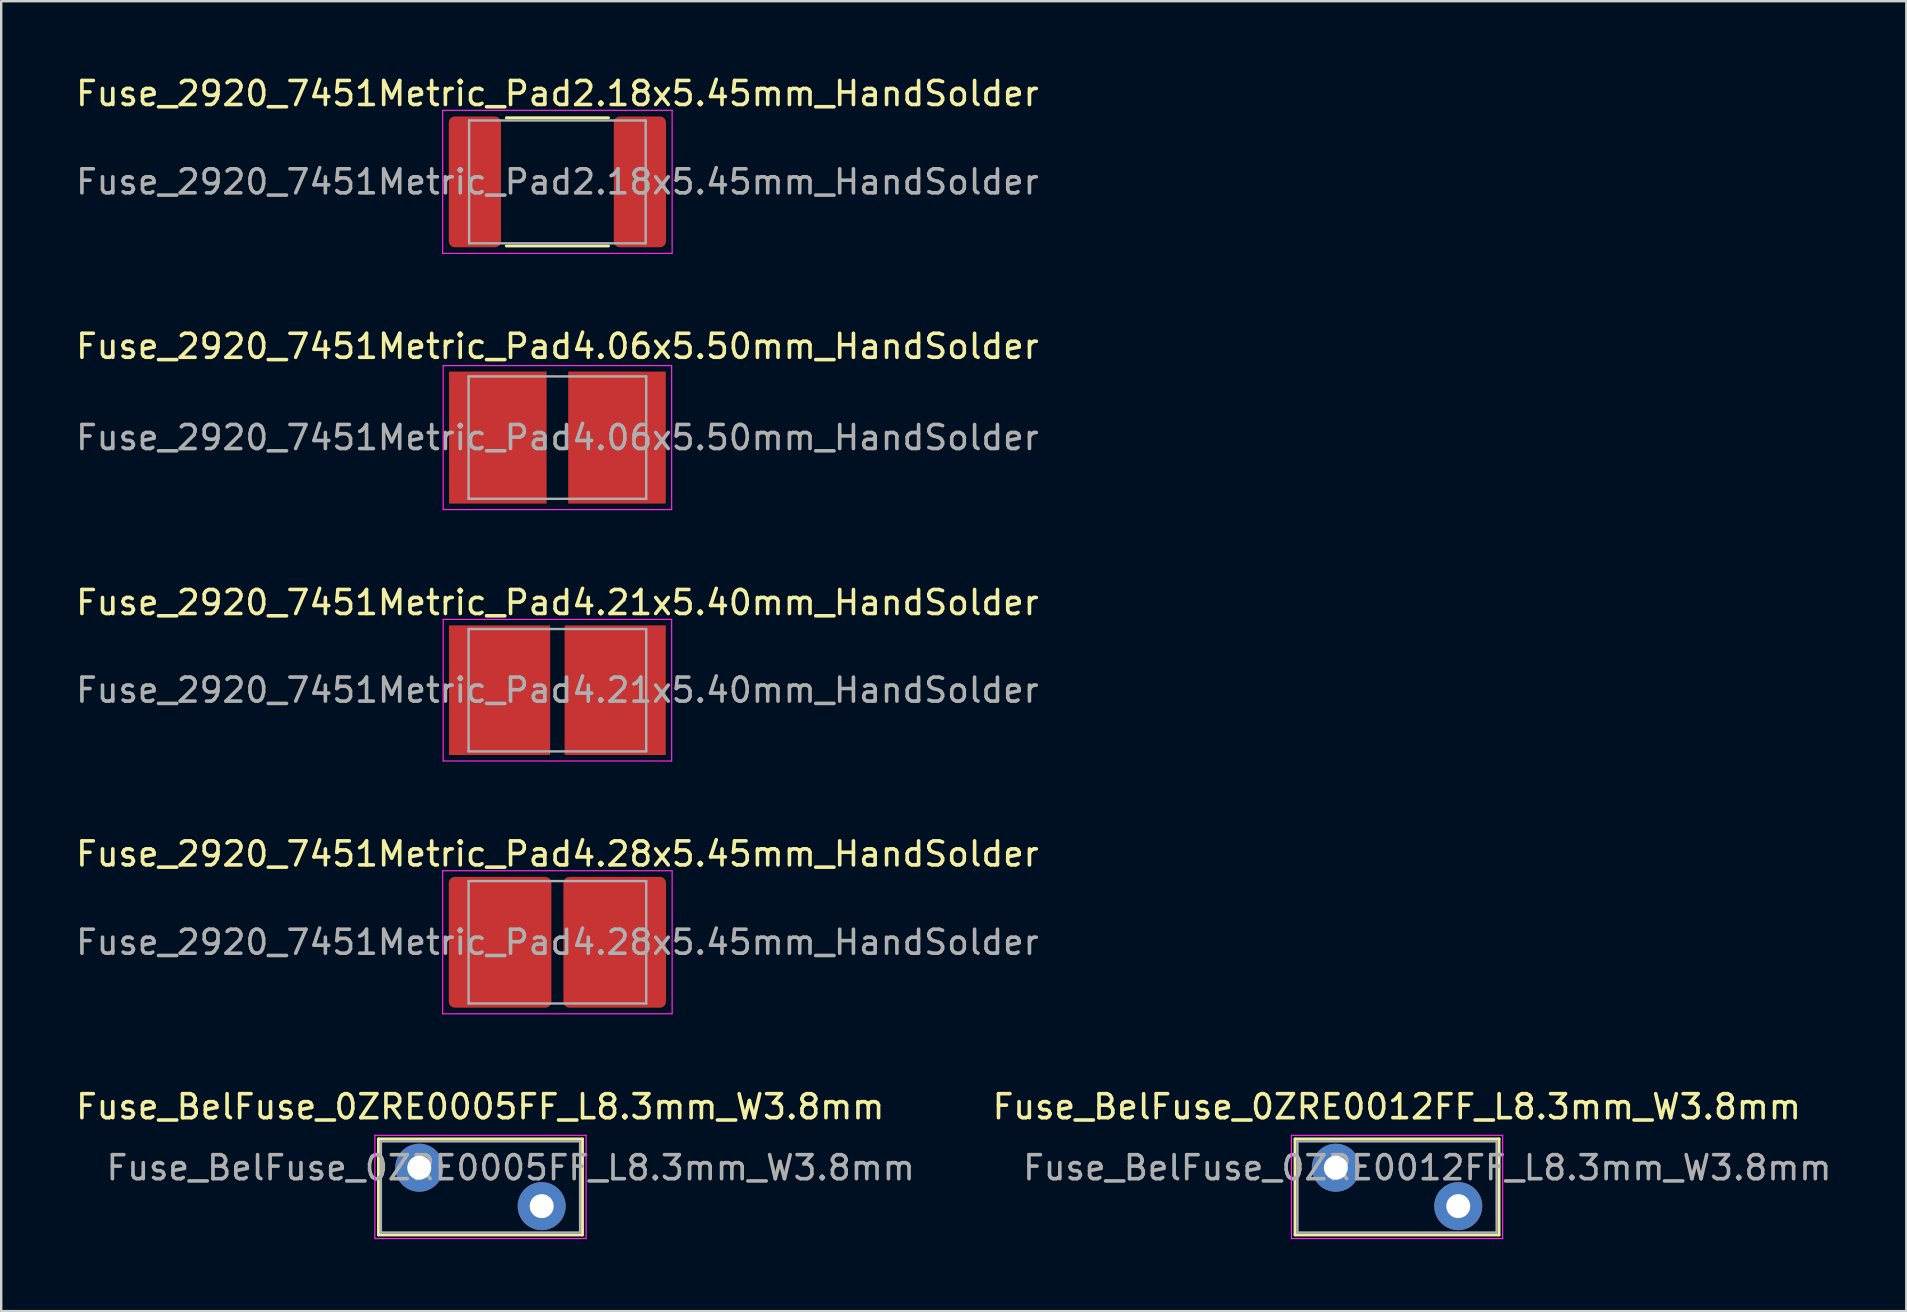
<source format=kicad_pcb>
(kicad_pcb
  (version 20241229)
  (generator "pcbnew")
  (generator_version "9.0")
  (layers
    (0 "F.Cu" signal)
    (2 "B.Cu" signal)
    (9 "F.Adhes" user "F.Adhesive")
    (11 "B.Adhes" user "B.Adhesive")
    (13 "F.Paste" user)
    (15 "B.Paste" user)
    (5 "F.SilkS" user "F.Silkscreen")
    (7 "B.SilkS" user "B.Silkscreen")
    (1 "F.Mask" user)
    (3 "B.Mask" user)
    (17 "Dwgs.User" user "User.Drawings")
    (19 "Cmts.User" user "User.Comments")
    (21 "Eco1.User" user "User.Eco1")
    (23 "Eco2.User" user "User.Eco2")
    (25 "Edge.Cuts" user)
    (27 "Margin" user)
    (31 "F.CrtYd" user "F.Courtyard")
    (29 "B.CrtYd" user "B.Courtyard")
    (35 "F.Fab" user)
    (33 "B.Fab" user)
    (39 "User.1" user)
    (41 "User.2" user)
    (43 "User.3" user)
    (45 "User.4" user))
  (footprint "Fuse_BelFuse_0ZRE0012FF_L8.3mm_W3.8mm"
    (layer "F.Cu")
    (at 52.605 45.601)
    (property "Reference" "Fuse_BelFuse_0ZRE0012FF_L8.3mm_W3.8mm" (at 2.54 -2.54 0) (layer "F.SilkS") (effects (font (size 1 1) (thickness 0.15))))
    (attr through_hole)
    (fp_line (start -1.7 -1.2) (end -1.7 2.8) (stroke (width 0.12) (type solid)) (layer "F.SilkS"))
    (fp_line (start -1.7 -1.2) (end 6.8 -1.2) (stroke (width 0.12) (type solid)) (layer "F.SilkS"))
    (fp_line (start -1.7 2.8) (end 6.8 2.8) (stroke (width 0.12) (type solid)) (layer "F.SilkS"))
    (fp_line (start 6.8 -1.2) (end 6.8 2.8) (stroke (width 0.12) (type solid)) (layer "F.SilkS"))
    (fp_line (start -1.85 -1.35) (end -1.85 2.95) (stroke (width 0.05) (type solid)) (layer "F.CrtYd"))
    (fp_line (start -1.85 -1.35) (end 6.95 -1.35) (stroke (width 0.05) (type solid)) (layer "F.CrtYd"))
    (fp_line (start -1.85 2.95) (end 6.95 2.95) (stroke (width 0.05) (type solid)) (layer "F.CrtYd"))
    (fp_line (start 6.95 -1.35) (end 6.95 2.95) (stroke (width 0.05) (type solid)) (layer "F.CrtYd"))
    (fp_line (start -1.6 -1.1) (end -1.6 2.7) (stroke (width 0.1) (type solid)) (layer "F.Fab"))
    (fp_line (start -1.6 -1.1) (end 6.7 -1.1) (stroke (width 0.1) (type solid)) (layer "F.Fab"))
    (fp_line (start -1.6 2.7) (end 6.7 2.7) (stroke (width 0.1) (type solid)) (layer "F.Fab"))
    (fp_line (start 6.7 -1.1) (end 6.7 2.7) (stroke (width 0.1) (type solid)) (layer "F.Fab"))
    (fp_text user "${REFERENCE}" (at 3.81 0 0) (layer "F.Fab") (effects (font (size 1 1) (thickness 0.15))))
    (pad "1" thru_hole circle (at 0 0) (size 2 2) (drill 1) (layers "*.Cu" "*.Mask"))
    (pad "2" thru_hole circle (at 5.1 1.6) (size 2 2) (drill 1) (layers "*.Cu" "*.Mask")))
  (footprint "Fuse_2920_7451Metric_Pad2.18x5.45mm_HandSolder"
    (layer "F.Cu")
    (at 20.173 4.528)
    (property "Reference" "Fuse_2920_7451Metric_Pad2.18x5.45mm_HandSolder" (at 0 -3.68 0) (layer "F.SilkS") (effects (font (size 1 1) (thickness 0.15))))
    (attr smd)
    (fp_line (start -2.129 -2.67) (end 2.129 -2.67) (stroke (width 0.12) (type solid)) (layer "F.SilkS"))
    (fp_line (start -2.129 2.67) (end 2.129 2.67) (stroke (width 0.12) (type solid)) (layer "F.SilkS"))
    (fp_line (start -4.78 -2.98) (end 4.78 -2.98) (stroke (width 0.05) (type solid)) (layer "F.CrtYd"))
    (fp_line (start -4.78 2.98) (end -4.78 -2.98) (stroke (width 0.05) (type solid)) (layer "F.CrtYd"))
    (fp_line (start 4.78 -2.98) (end 4.78 2.98) (stroke (width 0.05) (type solid)) (layer "F.CrtYd"))
    (fp_line (start 4.78 2.98) (end -4.78 2.98) (stroke (width 0.05) (type solid)) (layer "F.CrtYd"))
    (fp_line (start -3.678 -2.56) (end 3.678 -2.56) (stroke (width 0.1) (type solid)) (layer "F.Fab"))
    (fp_line (start -3.678 2.56) (end -3.678 -2.56) (stroke (width 0.1) (type solid)) (layer "F.Fab"))
    (fp_line (start 3.678 -2.56) (end 3.678 2.56) (stroke (width 0.1) (type solid)) (layer "F.Fab"))
    (fp_line (start 3.678 2.56) (end -3.678 2.56) (stroke (width 0.1) (type solid)) (layer "F.Fab"))
    (fp_text user "${REFERENCE}" (at 0 0 0) (layer "F.Fab") (effects (font (size 1 1) (thickness 0.15))))
    (pad "1" smd roundrect (at -3.438 0) (size 2.175 5.45) (layers "F.Cu" "F.Mask" "F.Paste") (roundrect_rratio 0.115))
    (pad "2" smd roundrect (at 3.438 0) (size 2.175 5.45) (layers "F.Cu" "F.Mask" "F.Paste") (roundrect_rratio 0.115)))
  (footprint "Fuse_2920_7451Metric_Pad4.28x5.45mm_HandSolder"
    (layer "F.Cu")
    (at 20.173 36.208)
    (property "Reference" "Fuse_2920_7451Metric_Pad4.28x5.45mm_HandSolder" (at 0 -3.68 0) (layer "F.SilkS") (effects (font (size 1 1) (thickness 0.15))))
    (attr smd)
    (fp_line (start -4.78 -2.98) (end 4.78 -2.98) (stroke (width 0.05) (type solid)) (layer "F.CrtYd"))
    (fp_line (start -4.78 2.98) (end -4.78 -2.98) (stroke (width 0.05) (type solid)) (layer "F.CrtYd"))
    (fp_line (start 4.78 -2.98) (end 4.78 2.98) (stroke (width 0.05) (type solid)) (layer "F.CrtYd"))
    (fp_line (start 4.78 2.98) (end -4.78 2.98) (stroke (width 0.05) (type solid)) (layer "F.CrtYd"))
    (fp_line (start -3.7 -2.55) (end 3.7 -2.55) (stroke (width 0.1) (type solid)) (layer "F.Fab"))
    (fp_line (start -3.7 2.55) (end -3.7 -2.55) (stroke (width 0.1) (type solid)) (layer "F.Fab"))
    (fp_line (start 3.7 -2.55) (end 3.7 2.55) (stroke (width 0.1) (type solid)) (layer "F.Fab"))
    (fp_line (start 3.7 2.55) (end -3.7 2.55) (stroke (width 0.1) (type solid)) (layer "F.Fab"))
    (fp_text user "${REFERENCE}" (at 0 0 0) (layer "F.Fab") (effects (font (size 1 1) (thickness 0.15))))
    (pad "1" smd roundrect (at -2.388 0) (size 4.275 5.45) (layers "F.Cu" "F.Mask" "F.Paste") (roundrect_rratio 0.058))
    (pad "2" smd roundrect (at 2.388 0) (size 4.275 5.45) (layers "F.Cu" "F.Mask" "F.Paste") (roundrect_rratio 0.058)))
  (footprint "Fuse_2920_7451Metric_Pad4.06x5.50mm_HandSolder"
    (layer "F.Cu")
    (at 20.173 15.181)
    (property "Reference" "Fuse_2920_7451Metric_Pad4.06x5.50mm_HandSolder" (at 0 -3.8 0) (layer "F.SilkS") (effects (font (size 1 1) (thickness 0.15))))
    (attr smd)
    (fp_line (start -4.76 -3) (end 4.76 -3) (stroke (width 0.05) (type solid)) (layer "F.CrtYd"))
    (fp_line (start -4.76 3) (end -4.76 -3) (stroke (width 0.05) (type solid)) (layer "F.CrtYd"))
    (fp_line (start 4.76 -3) (end 4.76 3) (stroke (width 0.05) (type solid)) (layer "F.CrtYd"))
    (fp_line (start 4.76 3) (end -4.76 3) (stroke (width 0.05) (type solid)) (layer "F.CrtYd"))
    (fp_line (start -3.7 -2.55) (end 3.7 -2.55) (stroke (width 0.1) (type solid)) (layer "F.Fab"))
    (fp_line (start -3.7 2.55) (end -3.7 -2.55) (stroke (width 0.1) (type solid)) (layer "F.Fab"))
    (fp_line (start 3.7 -2.55) (end 3.7 2.55) (stroke (width 0.1) (type solid)) (layer "F.Fab"))
    (fp_line (start 3.7 2.55) (end -3.7 2.55) (stroke (width 0.1) (type solid)) (layer "F.Fab"))
    (fp_text user "${REFERENCE}" (at 0 0 0) (layer "F.Fab") (effects (font (size 1 1) (thickness 0.15))))
    (pad "1" smd rect (at -2.482 0) (size 4.065 5.5) (layers "F.Cu" "F.Mask" "F.Paste"))
    (pad "2" smd rect (at 2.482 0) (size 4.065 5.5) (layers "F.Cu" "F.Mask" "F.Paste")))
  (footprint "Fuse_BelFuse_0ZRE0005FF_L8.3mm_W3.8mm"
    (layer "F.Cu")
    (at 14.418 45.601)
    (property "Reference" "Fuse_BelFuse_0ZRE0005FF_L8.3mm_W3.8mm" (at 2.54 -2.54 0) (layer "F.SilkS") (effects (font (size 1 1) (thickness 0.15))))
    (attr through_hole)
    (fp_line (start -1.7 -1.2) (end -1.7 2.8) (stroke (width 0.12) (type solid)) (layer "F.SilkS"))
    (fp_line (start -1.7 -1.2) (end 6.8 -1.2) (stroke (width 0.12) (type solid)) (layer "F.SilkS"))
    (fp_line (start -1.7 2.8) (end 6.8 2.8) (stroke (width 0.12) (type solid)) (layer "F.SilkS"))
    (fp_line (start 6.8 -1.2) (end 6.8 2.8) (stroke (width 0.12) (type solid)) (layer "F.SilkS"))
    (fp_line (start -1.85 -1.35) (end -1.85 2.95) (stroke (width 0.05) (type solid)) (layer "F.CrtYd"))
    (fp_line (start -1.85 -1.35) (end 6.95 -1.35) (stroke (width 0.05) (type solid)) (layer "F.CrtYd"))
    (fp_line (start -1.85 2.95) (end 6.95 2.95) (stroke (width 0.05) (type solid)) (layer "F.CrtYd"))
    (fp_line (start 6.95 -1.35) (end 6.95 2.95) (stroke (width 0.05) (type solid)) (layer "F.CrtYd"))
    (fp_line (start -1.6 -1.1) (end -1.6 2.7) (stroke (width 0.1) (type solid)) (layer "F.Fab"))
    (fp_line (start -1.6 -1.1) (end 6.7 -1.1) (stroke (width 0.1) (type solid)) (layer "F.Fab"))
    (fp_line (start -1.6 2.7) (end 6.7 2.7) (stroke (width 0.1) (type solid)) (layer "F.Fab"))
    (fp_line (start 6.7 -1.1) (end 6.7 2.7) (stroke (width 0.1) (type solid)) (layer "F.Fab"))
    (fp_text user "${REFERENCE}" (at 3.81 0 0) (layer "F.Fab") (effects (font (size 1 1) (thickness 0.15))))
    (pad "1" thru_hole circle (at 0 0) (size 2 2) (drill 1) (layers "*.Cu" "*.Mask"))
    (pad "2" thru_hole circle (at 5.1 1.6) (size 2 2) (drill 1) (layers "*.Cu" "*.Mask")))
  (footprint "Fuse_2920_7451Metric_Pad4.21x5.40mm_HandSolder"
    (layer "F.Cu")
    (at 20.173 25.705)
    (property "Reference" "Fuse_2920_7451Metric_Pad4.21x5.40mm_HandSolder" (at 0 -3.65 0) (layer "F.SilkS") (effects (font (size 1 1) (thickness 0.15))))
    (attr smd)
    (fp_line (start -4.76 -2.95) (end 4.76 -2.95) (stroke (width 0.05) (type solid)) (layer "F.CrtYd"))
    (fp_line (start -4.76 2.95) (end -4.76 -2.95) (stroke (width 0.05) (type solid)) (layer "F.CrtYd"))
    (fp_line (start 4.76 -2.95) (end 4.76 2.95) (stroke (width 0.05) (type solid)) (layer "F.CrtYd"))
    (fp_line (start 4.76 2.95) (end -4.76 2.95) (stroke (width 0.05) (type solid)) (layer "F.CrtYd"))
    (fp_line (start -3.7 -2.55) (end 3.7 -2.55) (stroke (width 0.1) (type solid)) (layer "F.Fab"))
    (fp_line (start -3.7 2.55) (end -3.7 -2.55) (stroke (width 0.1) (type solid)) (layer "F.Fab"))
    (fp_line (start 3.7 -2.55) (end 3.7 2.55) (stroke (width 0.1) (type solid)) (layer "F.Fab"))
    (fp_line (start 3.7 2.55) (end -3.7 2.55) (stroke (width 0.1) (type solid)) (layer "F.Fab"))
    (fp_text user "${REFERENCE}" (at 0 0 0) (layer "F.Fab") (effects (font (size 1 1) (thickness 0.15))))
    (pad "1" smd rect (at -2.408 0) (size 4.215 5.4) (layers "F.Cu" "F.Mask" "F.Paste"))
    (pad "2" smd rect (at 2.408 0) (size 4.215 5.4) (layers "F.Cu" "F.Mask" "F.Paste")))
  (gr_rect
    (start -3 -3)
    (end 76.373 51.576)
    (stroke (width 0.1) (type default))
    (fill no)
    (layer "Edge.Cuts")))
</source>
